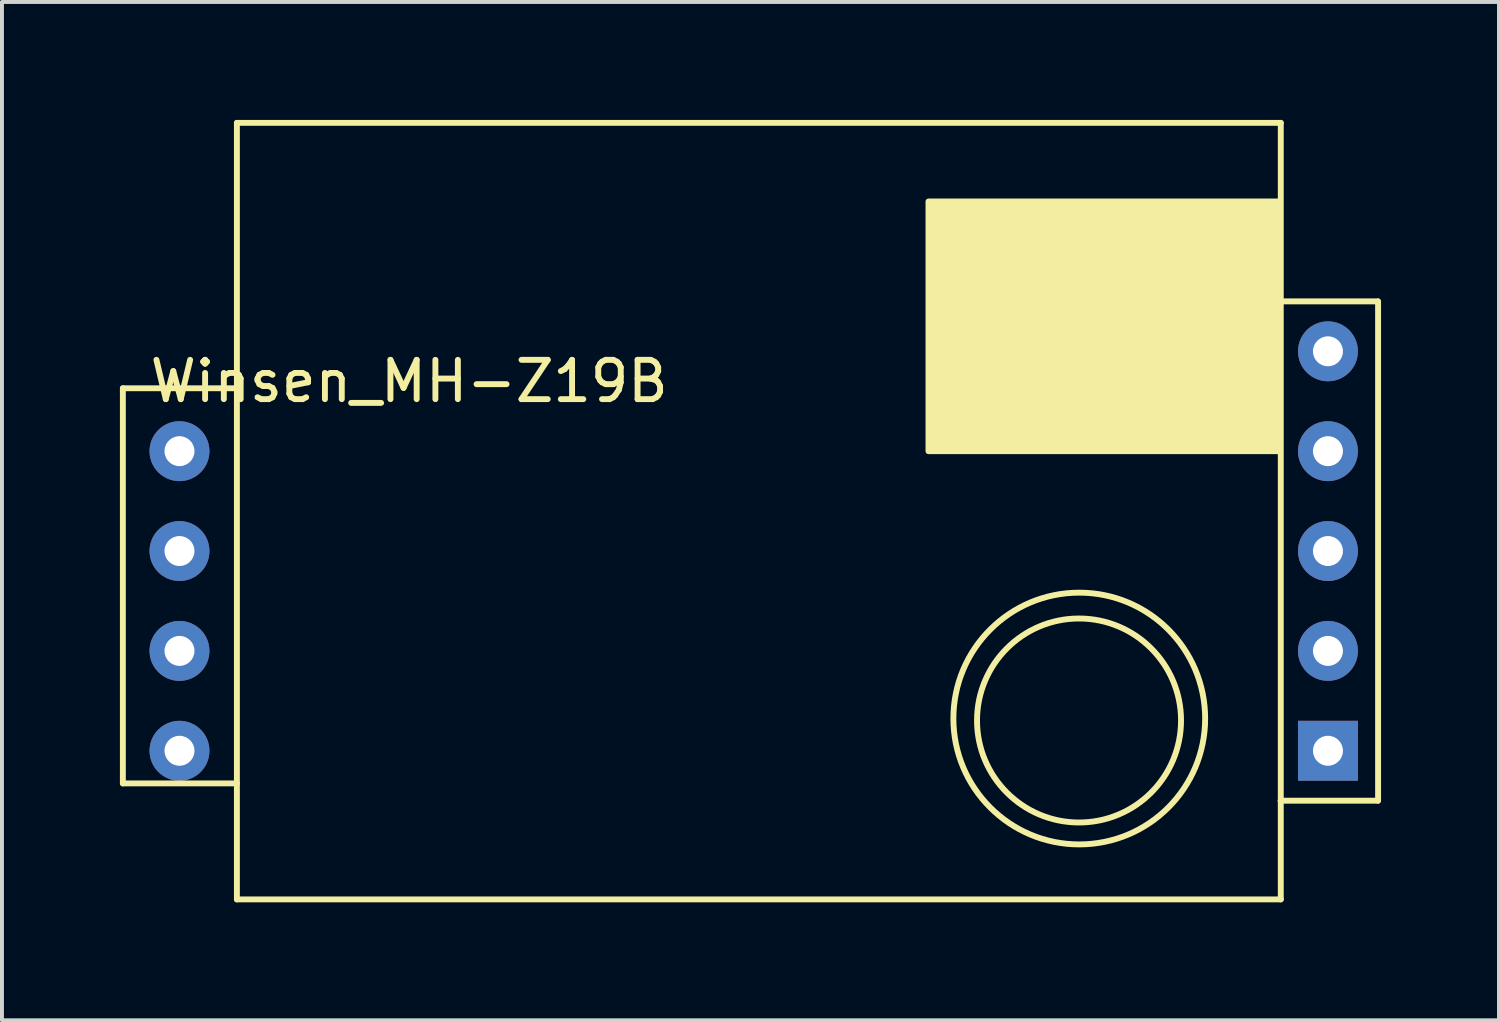
<source format=kicad_pcb>
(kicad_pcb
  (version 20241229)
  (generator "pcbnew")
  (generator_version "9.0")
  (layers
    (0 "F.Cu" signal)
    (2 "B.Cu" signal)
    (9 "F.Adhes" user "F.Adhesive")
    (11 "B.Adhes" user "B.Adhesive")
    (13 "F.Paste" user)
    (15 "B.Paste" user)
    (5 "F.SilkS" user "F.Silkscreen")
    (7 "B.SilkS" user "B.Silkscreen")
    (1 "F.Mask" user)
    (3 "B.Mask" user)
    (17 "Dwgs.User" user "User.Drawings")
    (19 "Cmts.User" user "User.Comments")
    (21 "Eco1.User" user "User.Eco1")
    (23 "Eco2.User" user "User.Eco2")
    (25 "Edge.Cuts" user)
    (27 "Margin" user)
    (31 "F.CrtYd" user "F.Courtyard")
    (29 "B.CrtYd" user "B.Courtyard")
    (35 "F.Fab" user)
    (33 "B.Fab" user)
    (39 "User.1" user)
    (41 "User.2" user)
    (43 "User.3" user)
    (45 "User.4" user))
  (footprint "Winsen_MH-Z19B"
    (layer "F.Cu")
    (at 30.725 2.075)
    (property "Reference" "Winsen_MH-Z19B" (at -23.368 4.572 0) (layer "F.SilkS") (effects (font (size 1 1) (thickness 0.15))))
    (attr through_hole)
    (fp_line (start -30.65 4.75) (end -30.65 14.8) (stroke (width 0.15) (type solid)) (layer "F.SilkS"))
    (fp_line (start -30.65 14.8) (end -27.75 14.8) (stroke (width 0.15) (type solid)) (layer "F.SilkS"))
    (fp_line (start -27.75 -2) (end -27.75 17.75) (stroke (width 0.15) (type solid)) (layer "F.SilkS"))
    (fp_line (start -27.75 4.75) (end -30.65 4.75) (stroke (width 0.15) (type solid)) (layer "F.SilkS"))
    (fp_line (start -27.75 17.75) (end -1.2 17.75) (stroke (width 0.15) (type solid)) (layer "F.SilkS"))
    (fp_line (start -1.27 2.54) (end 1.27 2.54) (stroke (width 0.15) (type solid)) (layer "F.SilkS"))
    (fp_line (start -1.2 -2) (end -27.75 -2) (stroke (width 0.15) (type solid)) (layer "F.SilkS"))
    (fp_line (start -1.2 -2) (end -1.2 17.75) (stroke (width 0.15) (type solid)) (layer "F.SilkS"))
    (fp_line (start 1.27 15.24) (end -1.205 15.24) (stroke (width 0.15) (type solid)) (layer "F.SilkS"))
    (fp_line (start 1.275 2.54) (end 1.275 15.24) (stroke (width 0.15) (type solid)) (layer "F.SilkS"))
    (fp_circle (center -6.331 13.2) (end -8.531 11.825) (stroke (width 0.15) (type solid)) (fill no) (layer "F.SilkS"))
    (fp_circle (center -6.325 13.15) (end -9.425 12.35) (stroke (width 0.15) (type solid)) (fill no) (layer "F.SilkS"))
    (fp_poly (pts (xy -10.16 0) (xy -10.16 6.35) (xy -1.27 6.35) (xy -1.27 0)) (stroke (width 0.15) (type solid)) (fill yes) (layer "F.SilkS"))
    (pad "1" thru_hole rect (at 0 13.97) (size 1.524 1.524) (drill 0.762) (layers "*.Cu" "*.Mask"))
    (pad "2" thru_hole circle (at 0 11.43) (size 1.524 1.524) (drill 0.762) (layers "*.Cu" "*.Mask"))
    (pad "3" thru_hole circle (at 0 8.89) (size 1.524 1.524) (drill 0.762) (layers "*.Cu" "*.Mask"))
    (pad "4" thru_hole circle (at 0 6.35) (size 1.524 1.524) (drill 0.762) (layers "*.Cu" "*.Mask"))
    (pad "5" thru_hole circle (at 0 3.81) (size 1.524 1.524) (drill 0.762) (layers "*.Cu" "*.Mask"))
    (pad "6" thru_hole circle (at -29.21 13.97) (size 1.524 1.524) (drill 0.762) (layers "*.Cu" "*.Mask"))
    (pad "7" thru_hole circle (at -29.21 11.43) (size 1.524 1.524) (drill 0.762) (layers "*.Cu" "*.Mask"))
    (pad "8" thru_hole circle (at -29.21 8.89) (size 1.524 1.524) (drill 0.762) (layers "*.Cu" "*.Mask"))
    (pad "9" thru_hole circle (at -29.21 6.35) (size 1.524 1.524) (drill 0.762) (layers "*.Cu" "*.Mask")))
  (gr_rect
    (start -3 -3)
    (end 35.075 22.9)
    (stroke (width 0.1) (type default))
    (fill no)
    (layer "Edge.Cuts")))
</source>
